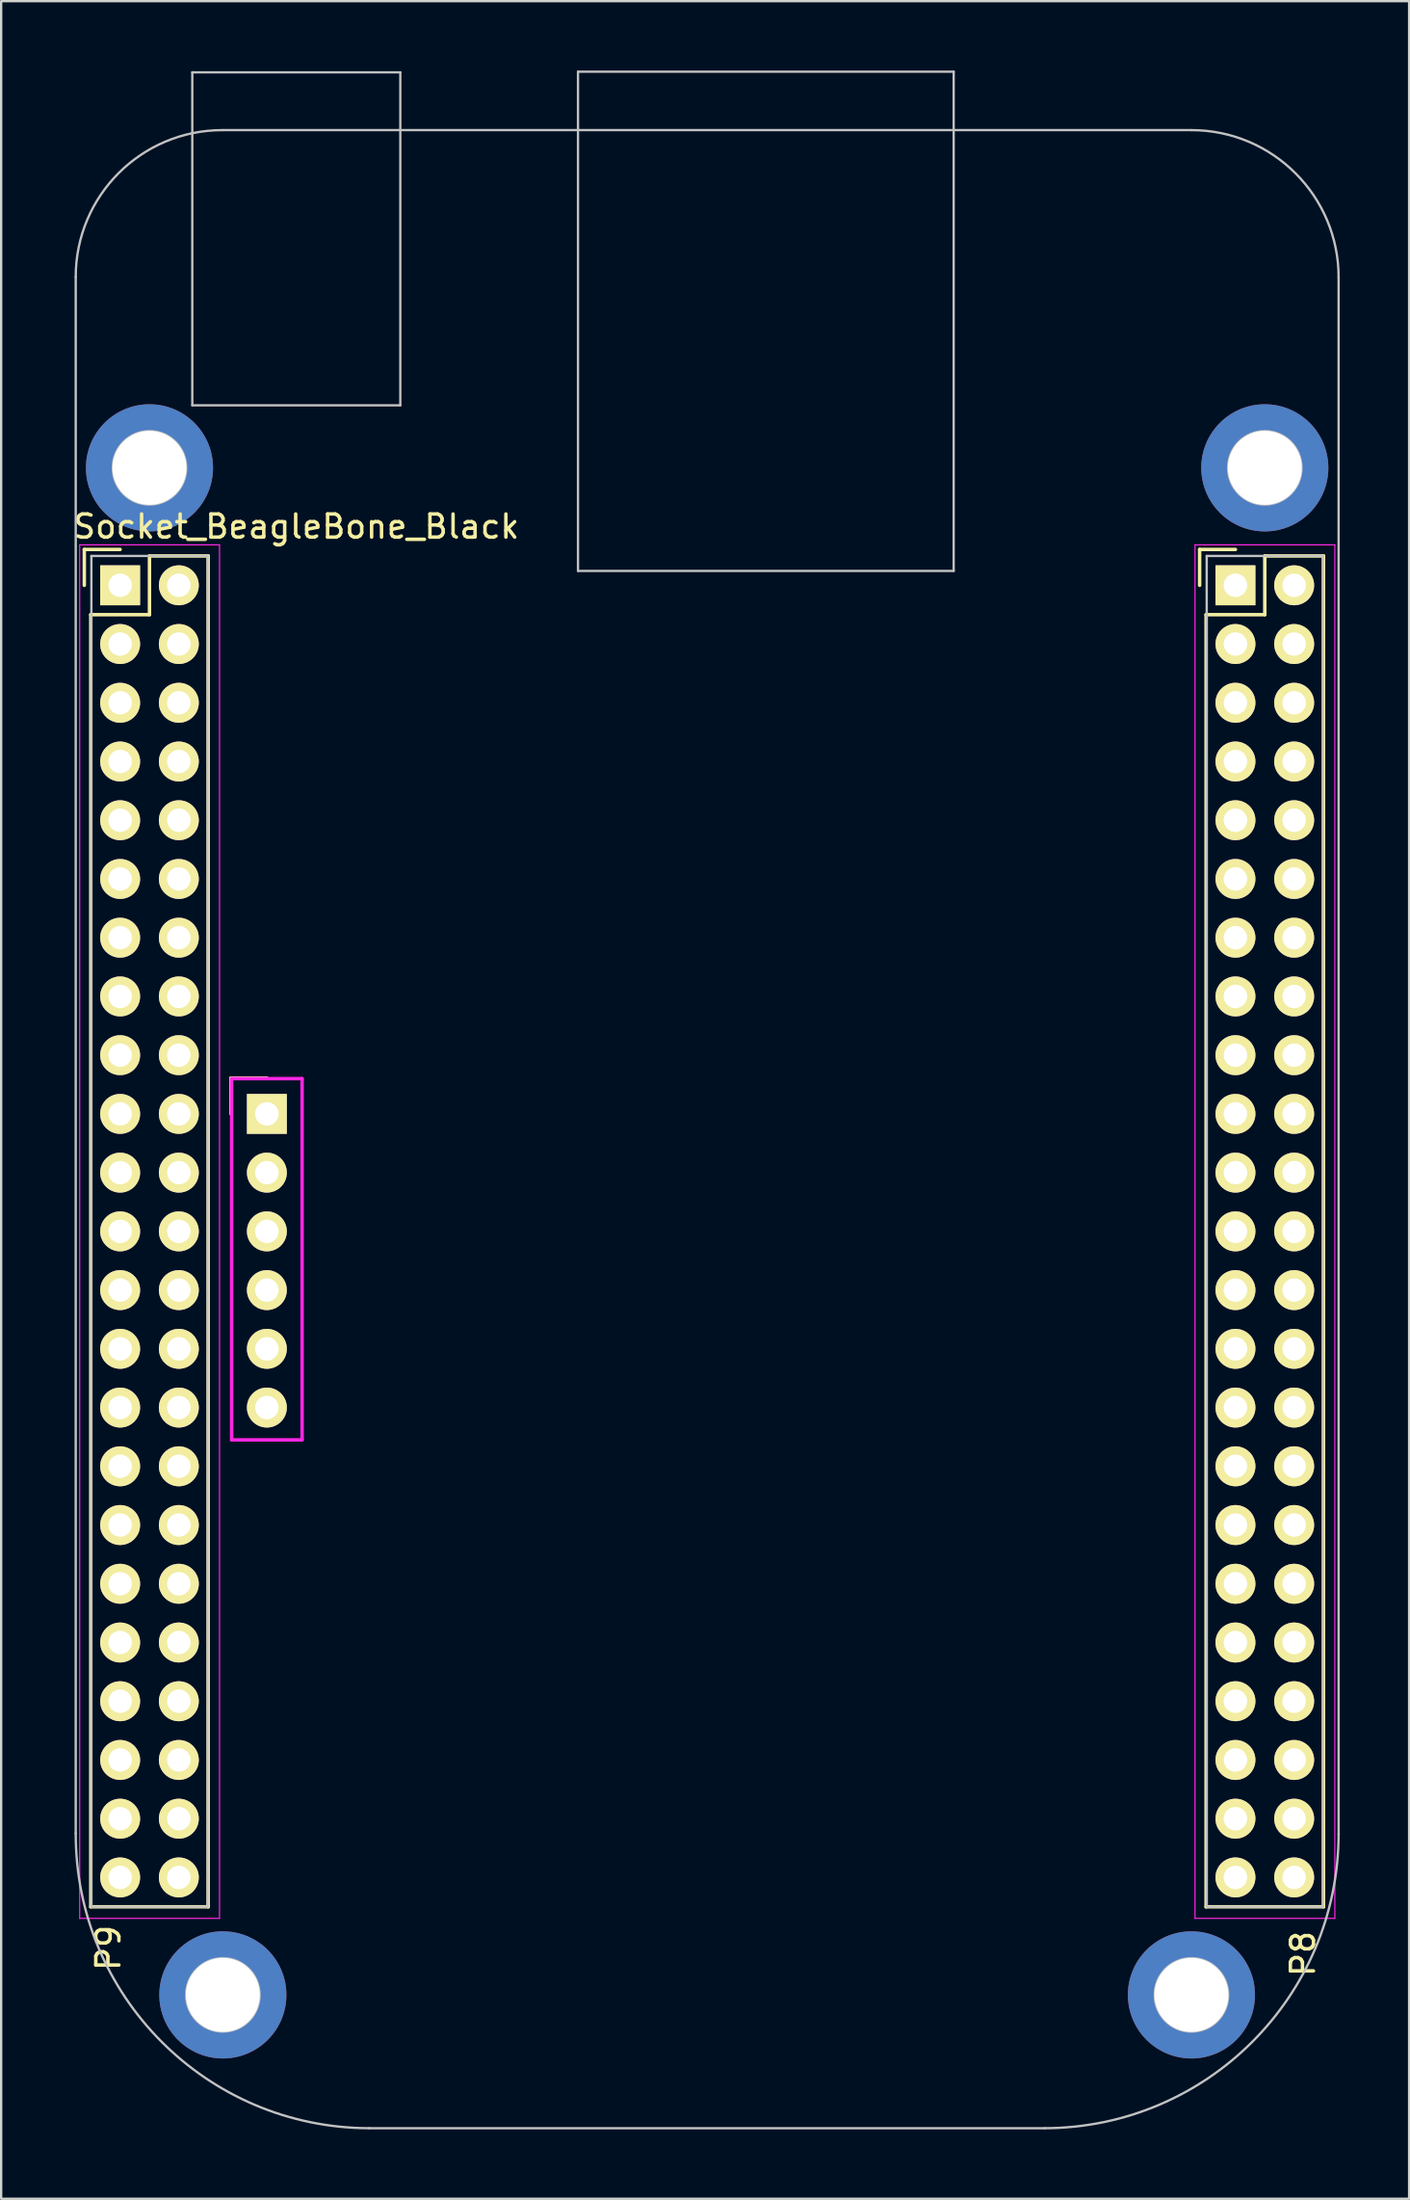
<source format=kicad_pcb>
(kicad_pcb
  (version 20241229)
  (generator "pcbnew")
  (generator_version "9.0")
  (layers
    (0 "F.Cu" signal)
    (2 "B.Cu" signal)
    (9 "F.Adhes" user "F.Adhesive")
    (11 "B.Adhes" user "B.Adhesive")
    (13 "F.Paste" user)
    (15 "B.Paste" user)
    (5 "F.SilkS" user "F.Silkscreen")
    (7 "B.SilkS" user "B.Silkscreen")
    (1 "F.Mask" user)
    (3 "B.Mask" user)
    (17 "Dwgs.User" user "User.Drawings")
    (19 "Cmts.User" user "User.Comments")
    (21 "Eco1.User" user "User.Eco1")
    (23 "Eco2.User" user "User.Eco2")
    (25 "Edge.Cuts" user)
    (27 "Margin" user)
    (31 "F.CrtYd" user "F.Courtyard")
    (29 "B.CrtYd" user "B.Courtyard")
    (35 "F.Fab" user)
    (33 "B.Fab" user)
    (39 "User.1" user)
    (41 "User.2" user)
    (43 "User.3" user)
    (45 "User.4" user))
  (footprint "Socket_BeagleBone_Black"
    (layer "F.Cu")
    (at 2.148 22.262)
    (property "Reference" "Socket_BeagleBone_Black" (at 7.62 -2.54 0) (layer "F.SilkS") (effects (font (size 1 1) (thickness 0.15))))
    (attr through_hole)
    (fp_line (start -1.55 -1.55) (end -1.55 0) (stroke (width 0.15) (type solid)) (layer "F.SilkS"))
    (fp_line (start -1.27 57.15) (end -1.27 1.27) (stroke (width 0.15) (type solid)) (layer "F.SilkS"))
    (fp_line (start 0 -1.55) (end -1.55 -1.55) (stroke (width 0.15) (type solid)) (layer "F.SilkS"))
    (fp_line (start 1.27 -1.27) (end 1.27 1.27) (stroke (width 0.15) (type solid)) (layer "F.SilkS"))
    (fp_line (start 1.27 1.27) (end -1.27 1.27) (stroke (width 0.15) (type solid)) (layer "F.SilkS"))
    (fp_line (start 3.81 -1.27) (end 1.27 -1.27) (stroke (width 0.15) (type solid)) (layer "F.SilkS"))
    (fp_line (start 3.81 57.15) (end -1.27 57.15) (stroke (width 0.15) (type solid)) (layer "F.SilkS"))
    (fp_line (start 3.81 57.15) (end 3.81 -1.27) (stroke (width 0.15) (type solid)) (layer "F.SilkS"))
    (fp_line (start 4.8 21.31) (end 4.8 22.86) (stroke (width 0.15) (type solid)) (layer "F.SilkS"))
    (fp_line (start 6.35 21.31) (end 4.8 21.31) (stroke (width 0.15) (type solid)) (layer "F.SilkS"))
    (fp_line (start 46.71 -1.55) (end 46.71 0) (stroke (width 0.15) (type solid)) (layer "F.SilkS"))
    (fp_line (start 46.99 57.15) (end 46.99 1.27) (stroke (width 0.15) (type solid)) (layer "F.SilkS"))
    (fp_line (start 48.26 -1.55) (end 46.71 -1.55) (stroke (width 0.15) (type solid)) (layer "F.SilkS"))
    (fp_line (start 49.53 -1.27) (end 49.53 1.27) (stroke (width 0.15) (type solid)) (layer "F.SilkS"))
    (fp_line (start 49.53 1.27) (end 46.99 1.27) (stroke (width 0.15) (type solid)) (layer "F.SilkS"))
    (fp_line (start 52.07 -1.27) (end 49.53 -1.27) (stroke (width 0.15) (type solid)) (layer "F.SilkS"))
    (fp_line (start 52.07 57.15) (end 46.99 57.15) (stroke (width 0.15) (type solid)) (layer "F.SilkS"))
    (fp_line (start 52.07 57.15) (end 52.07 -1.27) (stroke (width 0.15) (type solid)) (layer "F.SilkS"))
    (fp_line (start -1.921 53.975) (end -1.921 -13.34) (stroke (width 0.1) (type solid)) (layer "Dwgs.User"))
    (fp_line (start -1.244 -1.27) (end -1.244 57.15) (stroke (width 0.1) (type solid)) (layer "Dwgs.User"))
    (fp_line (start 3.123 -22.185) (end 12.123 -22.185) (stroke (width 0.1) (type solid)) (layer "Dwgs.User"))
    (fp_line (start 3.123 -7.785) (end 3.123 -22.185) (stroke (width 0.1) (type solid)) (layer "Dwgs.User"))
    (fp_line (start 3.123 -7.785) (end 12.123 -7.785) (stroke (width 0.1) (type solid)) (layer "Dwgs.User"))
    (fp_line (start 3.785 -1.27) (end -1.244 -1.27) (stroke (width 0.1) (type solid)) (layer "Dwgs.User"))
    (fp_line (start 3.785 -1.27) (end 3.785 57.15) (stroke (width 0.1) (type solid)) (layer "Dwgs.User"))
    (fp_line (start 3.785 57.15) (end -1.244 57.15) (stroke (width 0.1) (type solid)) (layer "Dwgs.User"))
    (fp_line (start 4.424 -19.685) (end 46.352 -19.685) (stroke (width 0.1) (type solid)) (layer "Dwgs.User"))
    (fp_line (start 12.123 -7.785) (end 12.123 -22.185) (stroke (width 0.1) (type solid)) (layer "Dwgs.User"))
    (fp_line (start 19.812 -22.212) (end 19.812 -0.622) (stroke (width 0.1) (type solid)) (layer "Dwgs.User"))
    (fp_line (start 19.812 -0.622) (end 36.068 -0.622) (stroke (width 0.1) (type solid)) (layer "Dwgs.User"))
    (fp_line (start 36.068 -22.212) (end 19.812 -22.212) (stroke (width 0.1) (type solid)) (layer "Dwgs.User"))
    (fp_line (start 36.068 -0.622) (end 36.068 -22.212) (stroke (width 0.1) (type solid)) (layer "Dwgs.User"))
    (fp_line (start 39.999 66.726) (end 10.789 66.726) (stroke (width 0.1) (type solid)) (layer "Dwgs.User"))
    (fp_line (start 47.016 -1.27) (end 47.016 57.15) (stroke (width 0.1) (type solid)) (layer "Dwgs.User"))
    (fp_line (start 52.045 -1.27) (end 47.016 -1.27) (stroke (width 0.1) (type solid)) (layer "Dwgs.User"))
    (fp_line (start 52.045 -1.27) (end 52.045 57.15) (stroke (width 0.1) (type solid)) (layer "Dwgs.User"))
    (fp_line (start 52.045 57.15) (end 47.016 57.15) (stroke (width 0.1) (type solid)) (layer "Dwgs.User"))
    (fp_line (start 52.724 -13.312) (end 52.724 54.001) (stroke (width 0.1) (type solid)) (layer "Dwgs.User"))
    (fp_arc (start -1.921166 -13.339842) (mid -0.062727 -17.82651) (end 4.423941 -19.684949) (stroke (width 0.1) (type solid)) (layer "Dwgs.User"))
    (fp_arc (start 10.789048 66.72567) (mid 1.791378 62.984205) (end -1.921166 53.974563) (stroke (width 0.1) (type solid)) (layer "Dwgs.User"))
    (fp_arc (start 46.351528 -19.68495) (mid 50.857726 -17.818422) (end 52.724254 -13.312224) (stroke (width 0.1) (type solid)) (layer "Dwgs.User"))
    (fp_arc (start 52.724254 54.001254) (mid 48.988144 62.990117) (end 39.999049 66.725671) (stroke (width 0.1) (type solid)) (layer "Dwgs.User"))
    (fp_circle (center 1.27 -5.08) (end 1.27 -3.493) (stroke (width 0.1) (type solid)) (fill no) (layer "Dwgs.User"))
    (fp_circle (center 4.445 60.96) (end 4.445 62.547) (stroke (width 0.1) (type solid)) (fill no) (layer "Dwgs.User"))
    (fp_circle (center 46.355 60.96) (end 46.355 62.547) (stroke (width 0.1) (type solid)) (fill no) (layer "Dwgs.User"))
    (fp_circle (center 49.53 -5.08) (end 49.53 -3.493) (stroke (width 0.1) (type solid)) (fill no) (layer "Dwgs.User"))
    (fp_line (start -1.75 -1.75) (end -1.75 57.65) (stroke (width 0.05) (type solid)) (layer "F.CrtYd"))
    (fp_line (start -1.75 -1.75) (end 4.3 -1.75) (stroke (width 0.05) (type solid)) (layer "F.CrtYd"))
    (fp_line (start -1.75 57.65) (end 4.3 57.65) (stroke (width 0.05) (type solid)) (layer "F.CrtYd"))
    (fp_line (start 4.3 -1.75) (end 4.3 57.65) (stroke (width 0.05) (type solid)) (layer "F.CrtYd"))
    (fp_line (start 4.826 21.336) (end 4.826 36.957) (stroke (width 0.15) (type solid)) (layer "F.CrtYd"))
    (fp_line (start 4.826 21.336) (end 7.874 21.336) (stroke (width 0.15) (type solid)) (layer "F.CrtYd"))
    (fp_line (start 4.826 36.957) (end 7.874 36.957) (stroke (width 0.15) (type solid)) (layer "F.CrtYd"))
    (fp_line (start 7.874 21.336) (end 7.874 36.957) (stroke (width 0.15) (type solid)) (layer "F.CrtYd"))
    (fp_line (start 46.51 -1.75) (end 46.51 57.65) (stroke (width 0.05) (type solid)) (layer "F.CrtYd"))
    (fp_line (start 46.51 -1.75) (end 52.56 -1.75) (stroke (width 0.05) (type solid)) (layer "F.CrtYd"))
    (fp_line (start 46.51 57.65) (end 52.56 57.65) (stroke (width 0.05) (type solid)) (layer "F.CrtYd"))
    (fp_line (start 52.56 -1.75) (end 52.56 57.65) (stroke (width 0.05) (type solid)) (layer "F.CrtYd"))
    (fp_text user "P8" (at 51.181 59.182 90) (layer "F.SilkS") (effects (font (size 1 1) (thickness 0.15))))
    (fp_text user "P9" (at -0.508 58.928 90) (layer "F.SilkS") (effects (font (size 1 1) (thickness 0.15))))
    (pad "8.1" thru_hole rect (at 48.26 0) (size 1.727 1.727) (drill 1.016) (layers "*.Cu" "*.Mask" "F.SilkS"))
    (pad "8.2" thru_hole oval (at 50.8 0) (size 1.727 1.727) (drill 1.016) (layers "*.Cu" "*.Mask" "F.SilkS"))
    (pad "8.3" thru_hole oval (at 48.26 2.54) (size 1.727 1.727) (drill 1.016) (layers "*.Cu" "*.Mask" "F.SilkS"))
    (pad "8.4" thru_hole oval (at 50.8 2.54) (size 1.727 1.727) (drill 1.016) (layers "*.Cu" "*.Mask" "F.SilkS"))
    (pad "8.5" thru_hole oval (at 48.26 5.08) (size 1.727 1.727) (drill 1.016) (layers "*.Cu" "*.Mask" "F.SilkS"))
    (pad "8.6" thru_hole oval (at 50.8 5.08) (size 1.727 1.727) (drill 1.016) (layers "*.Cu" "*.Mask" "F.SilkS"))
    (pad "8.7" thru_hole oval (at 48.26 7.62) (size 1.727 1.727) (drill 1.016) (layers "*.Cu" "*.Mask" "F.SilkS"))
    (pad "8.8" thru_hole oval (at 50.8 7.62) (size 1.727 1.727) (drill 1.016) (layers "*.Cu" "*.Mask" "F.SilkS"))
    (pad "8.9" thru_hole oval (at 48.26 10.16) (size 1.727 1.727) (drill 1.016) (layers "*.Cu" "*.Mask" "F.SilkS"))
    (pad "8.10" thru_hole oval (at 50.8 10.16) (size 1.727 1.727) (drill 1.016) (layers "*.Cu" "*.Mask" "F.SilkS"))
    (pad "8.11" thru_hole oval (at 48.26 12.7) (size 1.727 1.727) (drill 1.016) (layers "*.Cu" "*.Mask" "F.SilkS"))
    (pad "8.12" thru_hole oval (at 50.8 12.7) (size 1.727 1.727) (drill 1.016) (layers "*.Cu" "*.Mask" "F.SilkS"))
    (pad "8.13" thru_hole oval (at 48.26 15.24) (size 1.727 1.727) (drill 1.016) (layers "*.Cu" "*.Mask" "F.SilkS"))
    (pad "8.14" thru_hole oval (at 50.8 15.24) (size 1.727 1.727) (drill 1.016) (layers "*.Cu" "*.Mask" "F.SilkS"))
    (pad "8.15" thru_hole oval (at 48.26 17.78) (size 1.727 1.727) (drill 1.016) (layers "*.Cu" "*.Mask" "F.SilkS"))
    (pad "8.16" thru_hole oval (at 50.8 17.78) (size 1.727 1.727) (drill 1.016) (layers "*.Cu" "*.Mask" "F.SilkS"))
    (pad "8.17" thru_hole oval (at 48.26 20.32) (size 1.727 1.727) (drill 1.016) (layers "*.Cu" "*.Mask" "F.SilkS"))
    (pad "8.18" thru_hole oval (at 50.8 20.32) (size 1.727 1.727) (drill 1.016) (layers "*.Cu" "*.Mask" "F.SilkS"))
    (pad "8.19" thru_hole oval (at 48.26 22.86) (size 1.727 1.727) (drill 1.016) (layers "*.Cu" "*.Mask" "F.SilkS"))
    (pad "8.20" thru_hole oval (at 50.8 22.86) (size 1.727 1.727) (drill 1.016) (layers "*.Cu" "*.Mask" "F.SilkS"))
    (pad "8.21" thru_hole oval (at 48.26 25.4) (size 1.727 1.727) (drill 1.016) (layers "*.Cu" "*.Mask" "F.SilkS"))
    (pad "8.22" thru_hole oval (at 50.8 25.4) (size 1.727 1.727) (drill 1.016) (layers "*.Cu" "*.Mask" "F.SilkS"))
    (pad "8.23" thru_hole oval (at 48.26 27.94) (size 1.727 1.727) (drill 1.016) (layers "*.Cu" "*.Mask" "F.SilkS"))
    (pad "8.24" thru_hole oval (at 50.8 27.94) (size 1.727 1.727) (drill 1.016) (layers "*.Cu" "*.Mask" "F.SilkS"))
    (pad "8.25" thru_hole oval (at 48.26 30.48) (size 1.727 1.727) (drill 1.016) (layers "*.Cu" "*.Mask" "F.SilkS"))
    (pad "8.26" thru_hole oval (at 50.8 30.48) (size 1.727 1.727) (drill 1.016) (layers "*.Cu" "*.Mask" "F.SilkS"))
    (pad "8.27" thru_hole oval (at 48.26 33.02) (size 1.727 1.727) (drill 1.016) (layers "*.Cu" "*.Mask" "F.SilkS"))
    (pad "8.28" thru_hole oval (at 50.8 33.02) (size 1.727 1.727) (drill 1.016) (layers "*.Cu" "*.Mask" "F.SilkS"))
    (pad "8.29" thru_hole oval (at 48.26 35.56) (size 1.727 1.727) (drill 1.016) (layers "*.Cu" "*.Mask" "F.SilkS"))
    (pad "8.30" thru_hole oval (at 50.8 35.56) (size 1.727 1.727) (drill 1.016) (layers "*.Cu" "*.Mask" "F.SilkS"))
    (pad "8.31" thru_hole oval (at 48.26 38.1) (size 1.727 1.727) (drill 1.016) (layers "*.Cu" "*.Mask" "F.SilkS"))
    (pad "8.32" thru_hole oval (at 50.8 38.1) (size 1.727 1.727) (drill 1.016) (layers "*.Cu" "*.Mask" "F.SilkS"))
    (pad "8.33" thru_hole oval (at 48.26 40.64) (size 1.727 1.727) (drill 1.016) (layers "*.Cu" "*.Mask" "F.SilkS"))
    (pad "8.34" thru_hole oval (at 50.8 40.64) (size 1.727 1.727) (drill 1.016) (layers "*.Cu" "*.Mask" "F.SilkS"))
    (pad "8.35" thru_hole oval (at 48.26 43.18) (size 1.727 1.727) (drill 1.016) (layers "*.Cu" "*.Mask" "F.SilkS"))
    (pad "8.36" thru_hole oval (at 50.8 43.18) (size 1.727 1.727) (drill 1.016) (layers "*.Cu" "*.Mask" "F.SilkS"))
    (pad "8.37" thru_hole oval (at 48.26 45.72) (size 1.727 1.727) (drill 1.016) (layers "*.Cu" "*.Mask" "F.SilkS"))
    (pad "8.38" thru_hole oval (at 50.8 45.72) (size 1.727 1.727) (drill 1.016) (layers "*.Cu" "*.Mask" "F.SilkS"))
    (pad "8.39" thru_hole oval (at 48.26 48.26) (size 1.727 1.727) (drill 1.016) (layers "*.Cu" "*.Mask" "F.SilkS"))
    (pad "8.40" thru_hole oval (at 50.8 48.26) (size 1.727 1.727) (drill 1.016) (layers "*.Cu" "*.Mask" "F.SilkS"))
    (pad "8.41" thru_hole oval (at 48.26 50.8) (size 1.727 1.727) (drill 1.016) (layers "*.Cu" "*.Mask" "F.SilkS"))
    (pad "8.42" thru_hole oval (at 50.8 50.8) (size 1.727 1.727) (drill 1.016) (layers "*.Cu" "*.Mask" "F.SilkS"))
    (pad "8.43" thru_hole oval (at 48.26 53.34) (size 1.727 1.727) (drill 1.016) (layers "*.Cu" "*.Mask" "F.SilkS"))
    (pad "8.44" thru_hole oval (at 50.8 53.34) (size 1.727 1.727) (drill 1.016) (layers "*.Cu" "*.Mask" "F.SilkS"))
    (pad "8.45" thru_hole oval (at 48.26 55.88) (size 1.727 1.727) (drill 1.016) (layers "*.Cu" "*.Mask" "F.SilkS"))
    (pad "8.46" thru_hole oval (at 50.8 55.88) (size 1.727 1.727) (drill 1.016) (layers "*.Cu" "*.Mask" "F.SilkS"))
    (pad "9.1" thru_hole rect (at 0 0) (size 1.727 1.727) (drill 1.016) (layers "*.Cu" "*.Mask" "F.SilkS"))
    (pad "9.2" thru_hole oval (at 2.54 0) (size 1.727 1.727) (drill 1.016) (layers "*.Cu" "*.Mask" "F.SilkS"))
    (pad "9.3" thru_hole oval (at 0 2.54) (size 1.727 1.727) (drill 1.016) (layers "*.Cu" "*.Mask" "F.SilkS"))
    (pad "9.4" thru_hole oval (at 2.54 2.54) (size 1.727 1.727) (drill 1.016) (layers "*.Cu" "*.Mask" "F.SilkS"))
    (pad "9.5" thru_hole oval (at 0 5.08) (size 1.727 1.727) (drill 1.016) (layers "*.Cu" "*.Mask" "F.SilkS"))
    (pad "9.6" thru_hole oval (at 2.54 5.08) (size 1.727 1.727) (drill 1.016) (layers "*.Cu" "*.Mask" "F.SilkS"))
    (pad "9.7" thru_hole oval (at 0 7.62) (size 1.727 1.727) (drill 1.016) (layers "*.Cu" "*.Mask" "F.SilkS"))
    (pad "9.8" thru_hole oval (at 2.54 7.62) (size 1.727 1.727) (drill 1.016) (layers "*.Cu" "*.Mask" "F.SilkS"))
    (pad "9.9" thru_hole oval (at 0 10.16) (size 1.727 1.727) (drill 1.016) (layers "*.Cu" "*.Mask" "F.SilkS"))
    (pad "9.10" thru_hole oval (at 2.54 10.16) (size 1.727 1.727) (drill 1.016) (layers "*.Cu" "*.Mask" "F.SilkS"))
    (pad "9.11" thru_hole oval (at 0 12.7) (size 1.727 1.727) (drill 1.016) (layers "*.Cu" "*.Mask" "F.SilkS"))
    (pad "9.12" thru_hole oval (at 2.54 12.7) (size 1.727 1.727) (drill 1.016) (layers "*.Cu" "*.Mask" "F.SilkS"))
    (pad "9.13" thru_hole oval (at 0 15.24) (size 1.727 1.727) (drill 1.016) (layers "*.Cu" "*.Mask" "F.SilkS"))
    (pad "9.14" thru_hole oval (at 2.54 15.24) (size 1.727 1.727) (drill 1.016) (layers "*.Cu" "*.Mask" "F.SilkS"))
    (pad "9.15" thru_hole oval (at 0 17.78) (size 1.727 1.727) (drill 1.016) (layers "*.Cu" "*.Mask" "F.SilkS"))
    (pad "9.16" thru_hole oval (at 2.54 17.78) (size 1.727 1.727) (drill 1.016) (layers "*.Cu" "*.Mask" "F.SilkS"))
    (pad "9.17" thru_hole oval (at 0 20.32) (size 1.727 1.727) (drill 1.016) (layers "*.Cu" "*.Mask" "F.SilkS"))
    (pad "9.18" thru_hole oval (at 2.54 20.32) (size 1.727 1.727) (drill 1.016) (layers "*.Cu" "*.Mask" "F.SilkS"))
    (pad "9.19" thru_hole oval (at 0 22.86) (size 1.727 1.727) (drill 1.016) (layers "*.Cu" "*.Mask" "F.SilkS"))
    (pad "9.20" thru_hole oval (at 2.54 22.86) (size 1.727 1.727) (drill 1.016) (layers "*.Cu" "*.Mask" "F.SilkS"))
    (pad "9.21" thru_hole oval (at 0 25.4) (size 1.727 1.727) (drill 1.016) (layers "*.Cu" "*.Mask" "F.SilkS"))
    (pad "9.22" thru_hole oval (at 2.54 25.4) (size 1.727 1.727) (drill 1.016) (layers "*.Cu" "*.Mask" "F.SilkS"))
    (pad "9.23" thru_hole oval (at 0 27.94) (size 1.727 1.727) (drill 1.016) (layers "*.Cu" "*.Mask" "F.SilkS"))
    (pad "9.24" thru_hole oval (at 2.54 27.94) (size 1.727 1.727) (drill 1.016) (layers "*.Cu" "*.Mask" "F.SilkS"))
    (pad "9.25" thru_hole oval (at 0 30.48) (size 1.727 1.727) (drill 1.016) (layers "*.Cu" "*.Mask" "F.SilkS"))
    (pad "9.26" thru_hole oval (at 2.54 30.48) (size 1.727 1.727) (drill 1.016) (layers "*.Cu" "*.Mask" "F.SilkS"))
    (pad "9.27" thru_hole oval (at 0 33.02) (size 1.727 1.727) (drill 1.016) (layers "*.Cu" "*.Mask" "F.SilkS"))
    (pad "9.28" thru_hole oval (at 2.54 33.02) (size 1.727 1.727) (drill 1.016) (layers "*.Cu" "*.Mask" "F.SilkS"))
    (pad "9.29" thru_hole oval (at 0 35.56) (size 1.727 1.727) (drill 1.016) (layers "*.Cu" "*.Mask" "F.SilkS"))
    (pad "9.30" thru_hole oval (at 2.54 35.56) (size 1.727 1.727) (drill 1.016) (layers "*.Cu" "*.Mask" "F.SilkS"))
    (pad "9.31" thru_hole oval (at 0 38.1) (size 1.727 1.727) (drill 1.016) (layers "*.Cu" "*.Mask" "F.SilkS"))
    (pad "9.32" thru_hole oval (at 2.54 38.1) (size 1.727 1.727) (drill 1.016) (layers "*.Cu" "*.Mask" "F.SilkS"))
    (pad "9.33" thru_hole oval (at 0 40.64) (size 1.727 1.727) (drill 1.016) (layers "*.Cu" "*.Mask" "F.SilkS"))
    (pad "9.34" thru_hole oval (at 2.54 40.64) (size 1.727 1.727) (drill 1.016) (layers "*.Cu" "*.Mask" "F.SilkS"))
    (pad "9.35" thru_hole oval (at 0 43.18) (size 1.727 1.727) (drill 1.016) (layers "*.Cu" "*.Mask" "F.SilkS"))
    (pad "9.36" thru_hole oval (at 2.54 43.18) (size 1.727 1.727) (drill 1.016) (layers "*.Cu" "*.Mask" "F.SilkS"))
    (pad "9.37" thru_hole oval (at 0 45.72) (size 1.727 1.727) (drill 1.016) (layers "*.Cu" "*.Mask" "F.SilkS"))
    (pad "9.38" thru_hole oval (at 2.54 45.72) (size 1.727 1.727) (drill 1.016) (layers "*.Cu" "*.Mask" "F.SilkS"))
    (pad "9.39" thru_hole oval (at 0 48.26) (size 1.727 1.727) (drill 1.016) (layers "*.Cu" "*.Mask" "F.SilkS"))
    (pad "9.40" thru_hole oval (at 2.54 48.26) (size 1.727 1.727) (drill 1.016) (layers "*.Cu" "*.Mask" "F.SilkS"))
    (pad "9.41" thru_hole oval (at 0 50.8) (size 1.727 1.727) (drill 1.016) (layers "*.Cu" "*.Mask" "F.SilkS"))
    (pad "9.42" thru_hole oval (at 2.54 50.8) (size 1.727 1.727) (drill 1.016) (layers "*.Cu" "*.Mask" "F.SilkS"))
    (pad "9.43" thru_hole oval (at 0 53.34) (size 1.727 1.727) (drill 1.016) (layers "*.Cu" "*.Mask" "F.SilkS"))
    (pad "9.44" thru_hole oval (at 2.54 53.34) (size 1.727 1.727) (drill 1.016) (layers "*.Cu" "*.Mask" "F.SilkS"))
    (pad "9.45" thru_hole oval (at 0 55.88) (size 1.727 1.727) (drill 1.016) (layers "*.Cu" "*.Mask" "F.SilkS"))
    (pad "9.46" thru_hole oval (at 2.54 55.88) (size 1.727 1.727) (drill 1.016) (layers "*.Cu" "*.Mask" "F.SilkS"))
    (pad "47" thru_hole circle (at 1.27 -5.08) (size 5.5 5.5) (drill 3.2) (layers "*.Cu" "*.Mask"))
    (pad "47" thru_hole circle (at 4.445 60.96) (size 5.5 5.5) (drill 3.2) (layers "*.Cu" "*.Mask"))
    (pad "47" thru_hole circle (at 46.355 60.96) (size 5.5 5.5) (drill 3.2) (layers "*.Cu" "*.Mask"))
    (pad "47" thru_hole circle (at 49.53 -5.08) (size 5.5 5.5) (drill 3.2) (layers "*.Cu" "*.Mask"))
    (pad "D.1" thru_hole rect (at 6.35 22.86) (size 1.727 1.727) (drill 1.016) (layers "*.Cu" "*.Mask" "F.SilkS"))
    (pad "D.2" thru_hole oval (at 6.35 25.4) (size 1.727 1.727) (drill 1.016) (layers "*.Cu" "*.Mask" "F.SilkS"))
    (pad "D.3" thru_hole oval (at 6.35 27.94) (size 1.727 1.727) (drill 1.016) (layers "*.Cu" "*.Mask" "F.SilkS"))
    (pad "D.4" thru_hole oval (at 6.35 30.48) (size 1.727 1.727) (drill 1.016) (layers "*.Cu" "*.Mask" "F.SilkS"))
    (pad "D.5" thru_hole oval (at 6.35 33.02) (size 1.727 1.727) (drill 1.016) (layers "*.Cu" "*.Mask" "F.SilkS"))
    (pad "D.6" thru_hole oval (at 6.35 35.56) (size 1.727 1.727) (drill 1.016) (layers "*.Cu" "*.Mask" "F.SilkS")))
  (gr_rect
    (start -3 -3)
    (end 57.922 92.038)
    (stroke (width 0.1) (type default))
    (fill no)
    (layer "Edge.Cuts")))
</source>
